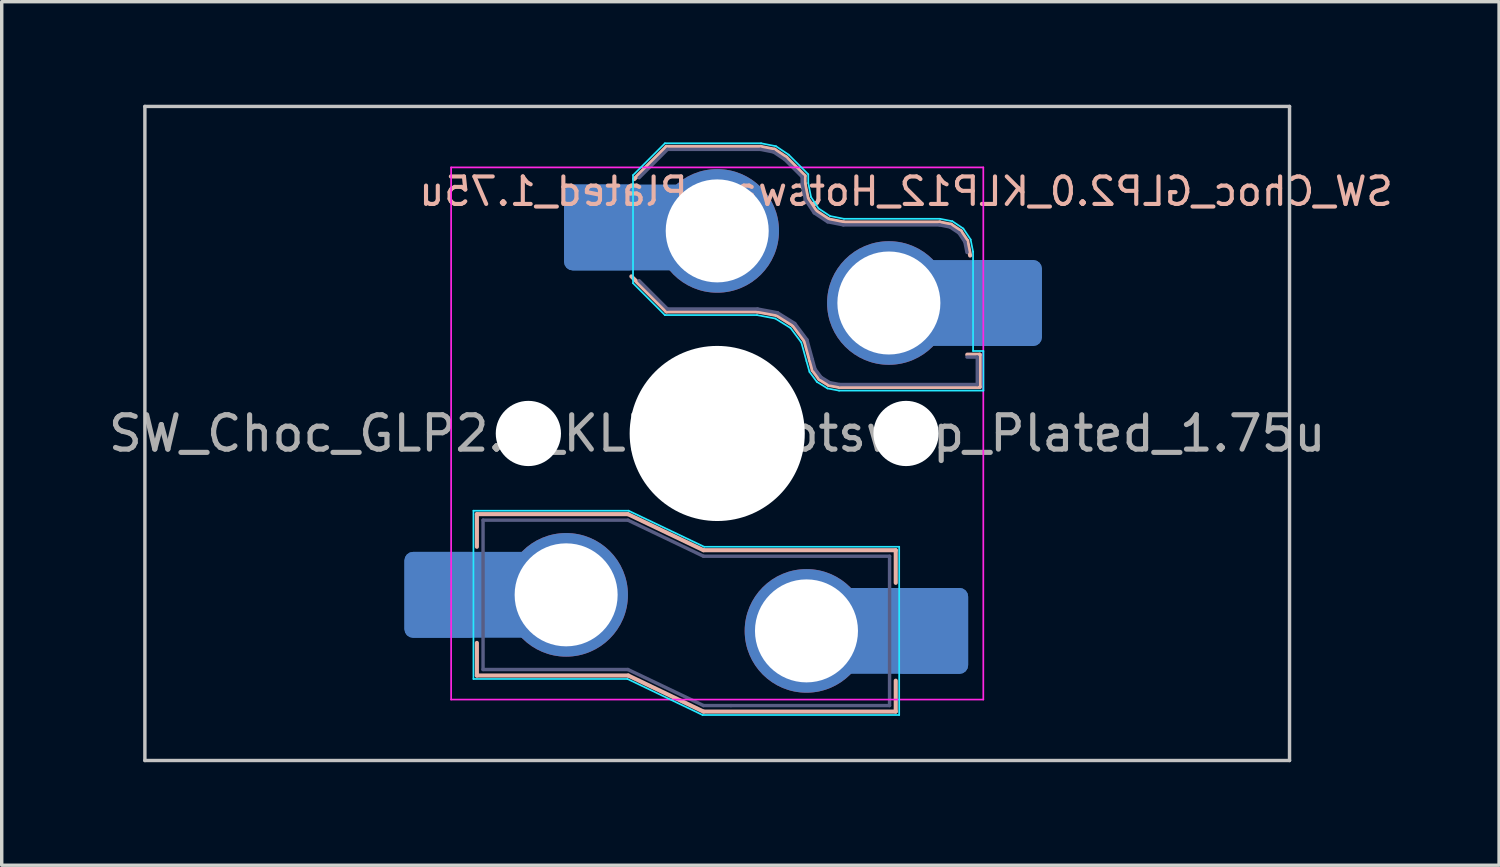
<source format=kicad_pcb>
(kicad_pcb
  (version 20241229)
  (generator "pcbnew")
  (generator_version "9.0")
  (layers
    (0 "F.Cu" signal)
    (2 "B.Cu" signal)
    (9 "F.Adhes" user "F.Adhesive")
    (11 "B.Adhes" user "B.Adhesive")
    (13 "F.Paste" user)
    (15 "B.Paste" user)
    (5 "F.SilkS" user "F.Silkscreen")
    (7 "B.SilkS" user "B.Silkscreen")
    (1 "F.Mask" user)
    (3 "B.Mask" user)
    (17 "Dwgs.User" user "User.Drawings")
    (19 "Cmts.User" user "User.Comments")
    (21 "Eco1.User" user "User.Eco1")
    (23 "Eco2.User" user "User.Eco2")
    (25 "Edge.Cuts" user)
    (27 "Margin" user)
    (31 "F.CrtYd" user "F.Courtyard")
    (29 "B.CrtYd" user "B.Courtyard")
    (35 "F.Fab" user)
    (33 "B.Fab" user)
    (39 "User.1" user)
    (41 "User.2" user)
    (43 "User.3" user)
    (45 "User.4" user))
  (footprint "SW_Choc_GLP2.0_KLP12_Hotswap_Plated_1.75u"
    (layer "F.Cu")
    (at 17.839 9.575)
    (property "Reference" "SW_Choc_GLP2.0_KLP12_Hotswap_Plated_1.75u" (at 5.5 -7.05 180) (layer "B.SilkS") (effects (font (size 0.8 0.8) (thickness 0.12)) (justify mirror)))
    (attr smd)
    (fp_line (start -7 2.35) (end -7 3.3) (stroke (width 0.12) (type solid)) (layer "B.SilkS"))
    (fp_line (start -7 2.35) (end -2.6 2.35) (stroke (width 0.12) (type solid)) (layer "B.SilkS"))
    (fp_line (start -7 7.05) (end -7 6.1) (stroke (width 0.12) (type solid)) (layer "B.SilkS"))
    (fp_line (start -7 7.05) (end -2.59 7.05) (stroke (width 0.12) (type solid)) (layer "B.SilkS"))
    (fp_line (start -2.6 2.35) (end -0.4 3.4) (stroke (width 0.12) (type solid)) (layer "B.SilkS"))
    (fp_line (start -2.59 7.05) (end -0.4 8.1) (stroke (width 0.12) (type solid)) (layer "B.SilkS"))
    (fp_line (start -2.416 -7.409) (end -1.479 -8.346) (stroke (width 0.12) (type solid)) (layer "B.SilkS"))
    (fp_line (start -1.479 -8.346) (end 1.268 -8.346) (stroke (width 0.12) (type solid)) (layer "B.SilkS"))
    (fp_line (start -1.479 -3.554) (end -2.5 -4.575) (stroke (width 0.12) (type solid)) (layer "B.SilkS"))
    (fp_line (start 1.168 -3.554) (end -1.479 -3.554) (stroke (width 0.12) (type solid)) (layer "B.SilkS"))
    (fp_line (start 1.268 -8.346) (end 1.671 -8.266) (stroke (width 0.12) (type solid)) (layer "B.SilkS"))
    (fp_line (start 1.671 -8.266) (end 2.013 -8.037) (stroke (width 0.12) (type solid)) (layer "B.SilkS"))
    (fp_line (start 1.73 -3.449) (end 1.168 -3.554) (stroke (width 0.12) (type solid)) (layer "B.SilkS"))
    (fp_line (start 2.013 -8.037) (end 2.546 -7.504) (stroke (width 0.12) (type solid)) (layer "B.SilkS"))
    (fp_line (start 2.209 -3.15) (end 1.73 -3.449) (stroke (width 0.12) (type solid)) (layer "B.SilkS"))
    (fp_line (start 2.546 -7.504) (end 2.546 -7.282) (stroke (width 0.12) (type solid)) (layer "B.SilkS"))
    (fp_line (start 2.546 -7.282) (end 2.633 -6.844) (stroke (width 0.12) (type solid)) (layer "B.SilkS"))
    (fp_line (start 2.547 -2.697) (end 2.209 -3.15) (stroke (width 0.12) (type solid)) (layer "B.SilkS"))
    (fp_line (start 2.633 -6.844) (end 2.877 -6.477) (stroke (width 0.12) (type solid)) (layer "B.SilkS"))
    (fp_line (start 2.701 -2.139) (end 2.547 -2.697) (stroke (width 0.12) (type solid)) (layer "B.SilkS"))
    (fp_line (start 2.783 -1.841) (end 2.701 -2.139) (stroke (width 0.12) (type solid)) (layer "B.SilkS"))
    (fp_line (start 2.877 -6.477) (end 3.244 -6.233) (stroke (width 0.12) (type solid)) (layer "B.SilkS"))
    (fp_line (start 2.976 -1.583) (end 2.783 -1.841) (stroke (width 0.12) (type solid)) (layer "B.SilkS"))
    (fp_line (start 3.244 -6.233) (end 3.682 -6.146) (stroke (width 0.12) (type solid)) (layer "B.SilkS"))
    (fp_line (start 3.25 -1.413) (end 2.976 -1.583) (stroke (width 0.12) (type solid)) (layer "B.SilkS"))
    (fp_line (start 3.56 -1.354) (end 3.25 -1.413) (stroke (width 0.12) (type solid)) (layer "B.SilkS"))
    (fp_line (start 3.682 -6.146) (end 6.482 -6.146) (stroke (width 0.12) (type solid)) (layer "B.SilkS"))
    (fp_line (start 5.2 3.4) (end -0.4 3.4) (stroke (width 0.12) (type solid)) (layer "B.SilkS"))
    (fp_line (start 5.2 3.4) (end 5.2 4.35) (stroke (width 0.12) (type solid)) (layer "B.SilkS"))
    (fp_line (start 5.2 8.1) (end -0.4 8.1) (stroke (width 0.12) (type solid)) (layer "B.SilkS"))
    (fp_line (start 5.2 8.1) (end 5.2 7.2) (stroke (width 0.12) (type solid)) (layer "B.SilkS"))
    (fp_line (start 6.482 -6.146) (end 6.809 -6.081) (stroke (width 0.12) (type solid)) (layer "B.SilkS"))
    (fp_line (start 6.809 -6.081) (end 7.092 -5.892) (stroke (width 0.12) (type solid)) (layer "B.SilkS"))
    (fp_line (start 7.092 -5.892) (end 7.281 -5.609) (stroke (width 0.12) (type solid)) (layer "B.SilkS"))
    (fp_line (start 7.281 -5.609) (end 7.366 -5.182) (stroke (width 0.12) (type solid)) (layer "B.SilkS"))
    (fp_line (start 7.283 -2.296) (end 7.646 -2.296) (stroke (width 0.12) (type solid)) (layer "B.SilkS"))
    (fp_line (start 7.646 -2.296) (end 7.646 -1.354) (stroke (width 0.12) (type solid)) (layer "B.SilkS"))
    (fp_line (start 7.646 -1.354) (end 3.56 -1.354) (stroke (width 0.12) (type solid)) (layer "B.SilkS"))
    (fp_line (start -16.669 -9.525) (end -16.669 9.525) (stroke (width 0.1) (type default)) (layer "Dwgs.User"))
    (fp_line (start -16.669 -9.525) (end 16.669 -9.525) (stroke (width 0.1) (type solid)) (layer "Dwgs.User"))
    (fp_line (start -16.669 9.525) (end 16.669 9.525) (stroke (width 0.1) (type solid)) (layer "Dwgs.User"))
    (fp_line (start 16.669 -9.525) (end 16.669 9.525) (stroke (width 0.1) (type default)) (layer "Dwgs.User"))
    (fp_line (start -7.1 2.25) (end -7.1 7.15) (stroke (width 0.05) (type solid)) (layer "B.CrtYd"))
    (fp_line (start -7.1 2.25) (end -2.58 2.25) (stroke (width 0.05) (type solid)) (layer "B.CrtYd"))
    (fp_line (start -7.1 7.15) (end -2.615 7.15) (stroke (width 0.05) (type solid)) (layer "B.CrtYd"))
    (fp_line (start -2.615 7.15) (end -0.425 8.2) (stroke (width 0.05) (type solid)) (layer "B.CrtYd"))
    (fp_line (start -2.58 2.25) (end -0.38 3.3) (stroke (width 0.05) (type solid)) (layer "B.CrtYd"))
    (fp_line (start -2.452 -7.523) (end -1.523 -8.452) (stroke (width 0.05) (type solid)) (layer "B.CrtYd"))
    (fp_line (start -2.452 -4.377) (end -2.452 -7.523) (stroke (width 0.05) (type solid)) (layer "B.CrtYd"))
    (fp_line (start -1.523 -8.452) (end 1.278 -8.452) (stroke (width 0.05) (type solid)) (layer "B.CrtYd"))
    (fp_line (start -1.523 -3.448) (end -2.452 -4.377) (stroke (width 0.05) (type solid)) (layer "B.CrtYd"))
    (fp_line (start 1.159 -3.448) (end -1.523 -3.448) (stroke (width 0.05) (type solid)) (layer "B.CrtYd"))
    (fp_line (start 1.278 -8.452) (end 1.712 -8.366) (stroke (width 0.05) (type solid)) (layer "B.CrtYd"))
    (fp_line (start 1.691 -3.348) (end 1.159 -3.448) (stroke (width 0.05) (type solid)) (layer "B.CrtYd"))
    (fp_line (start 1.712 -8.366) (end 2.081 -8.119) (stroke (width 0.05) (type solid)) (layer "B.CrtYd"))
    (fp_line (start 2.081 -8.119) (end 2.652 -7.548) (stroke (width 0.05) (type solid)) (layer "B.CrtYd"))
    (fp_line (start 2.136 -3.071) (end 1.691 -3.348) (stroke (width 0.05) (type solid)) (layer "B.CrtYd"))
    (fp_line (start 2.45 -2.65) (end 2.136 -3.071) (stroke (width 0.05) (type solid)) (layer "B.CrtYd"))
    (fp_line (start 2.599 -2.111) (end 2.45 -2.65) (stroke (width 0.05) (type solid)) (layer "B.CrtYd"))
    (fp_line (start 2.652 -7.548) (end 2.652 -7.292) (stroke (width 0.05) (type solid)) (layer "B.CrtYd"))
    (fp_line (start 2.652 -7.292) (end 2.733 -6.885) (stroke (width 0.05) (type solid)) (layer "B.CrtYd"))
    (fp_line (start 2.687 -1.794) (end 2.599 -2.111) (stroke (width 0.05) (type solid)) (layer "B.CrtYd"))
    (fp_line (start 2.733 -6.885) (end 2.953 -6.553) (stroke (width 0.05) (type solid)) (layer "B.CrtYd"))
    (fp_line (start 2.903 -1.503) (end 2.687 -1.794) (stroke (width 0.05) (type solid)) (layer "B.CrtYd"))
    (fp_line (start 2.953 -6.553) (end 3.285 -6.333) (stroke (width 0.05) (type solid)) (layer "B.CrtYd"))
    (fp_line (start 3.211 -1.312) (end 2.903 -1.503) (stroke (width 0.05) (type solid)) (layer "B.CrtYd"))
    (fp_line (start 3.285 -6.333) (end 3.692 -6.252) (stroke (width 0.05) (type solid)) (layer "B.CrtYd"))
    (fp_line (start 3.55 -1.248) (end 3.211 -1.312) (stroke (width 0.05) (type solid)) (layer "B.CrtYd"))
    (fp_line (start 3.692 -6.252) (end 6.492 -6.252) (stroke (width 0.05) (type solid)) (layer "B.CrtYd"))
    (fp_line (start 5.3 3.3) (end -0.38 3.3) (stroke (width 0.05) (type solid)) (layer "B.CrtYd"))
    (fp_line (start 5.3 3.3) (end 5.3 8.2) (stroke (width 0.05) (type solid)) (layer "B.CrtYd"))
    (fp_line (start 5.3 8.2) (end -0.425 8.2) (stroke (width 0.05) (type solid)) (layer "B.CrtYd"))
    (fp_line (start 6.492 -6.252) (end 6.85 -6.181) (stroke (width 0.05) (type solid)) (layer "B.CrtYd"))
    (fp_line (start 6.85 -6.181) (end 7.168 -5.968) (stroke (width 0.05) (type solid)) (layer "B.CrtYd"))
    (fp_line (start 7.168 -5.968) (end 7.381 -5.65) (stroke (width 0.05) (type solid)) (layer "B.CrtYd"))
    (fp_line (start 7.381 -5.65) (end 7.452 -5.292) (stroke (width 0.05) (type solid)) (layer "B.CrtYd"))
    (fp_line (start 7.452 -5.292) (end 7.452 -2.402) (stroke (width 0.05) (type solid)) (layer "B.CrtYd"))
    (fp_line (start 7.452 -2.402) (end 7.752 -2.402) (stroke (width 0.05) (type solid)) (layer "B.CrtYd"))
    (fp_line (start 7.752 -2.402) (end 7.752 -1.248) (stroke (width 0.05) (type solid)) (layer "B.CrtYd"))
    (fp_line (start 7.752 -1.248) (end 3.55 -1.248) (stroke (width 0.05) (type solid)) (layer "B.CrtYd"))
    (fp_line (start -7.75 7.75) (end -7.75 -7.75) (stroke (width 0.05) (type solid)) (layer "F.CrtYd"))
    (fp_line (start 7.75 -7.75) (end -7.75 -7.75) (stroke (width 0.05) (type solid)) (layer "F.CrtYd"))
    (fp_line (start 7.75 -7.75) (end 7.75 7.75) (stroke (width 0.05) (type solid)) (layer "F.CrtYd"))
    (fp_line (start 7.75 7.75) (end -7.75 7.75) (stroke (width 0.05) (type solid)) (layer "F.CrtYd"))
    (fp_line (start -6.82 2.525) (end -6.82 6.875) (stroke (width 0.1) (type solid)) (layer "B.Fab"))
    (fp_line (start -6.82 2.525) (end -2.6 2.525) (stroke (width 0.1) (type solid)) (layer "B.Fab"))
    (fp_line (start -6.82 6.875) (end -2.6 6.875) (stroke (width 0.1) (type solid)) (layer "B.Fab"))
    (fp_line (start -2.6 2.525) (end -0.4 3.575) (stroke (width 0.1) (type solid)) (layer "B.Fab"))
    (fp_line (start -2.6 6.875) (end -0.4 7.925) (stroke (width 0.1) (type solid)) (layer "B.Fab"))
    (fp_line (start -2.275 -7.45) (end -1.45 -8.275) (stroke (width 0.1) (type solid)) (layer "B.Fab"))
    (fp_line (start -1.45 -8.275) (end 1.261 -8.275) (stroke (width 0.1) (type solid)) (layer "B.Fab"))
    (fp_line (start -1.45 -3.625) (end -2.275 -4.45) (stroke (width 0.1) (type solid)) (layer "B.Fab"))
    (fp_line (start 0.4 7.925) (end -0.4 7.925) (stroke (width 0.1) (type solid)) (layer "B.Fab"))
    (fp_line (start 1.175 -3.625) (end -1.45 -3.625) (stroke (width 0.1) (type solid)) (layer "B.Fab"))
    (fp_line (start 1.261 -8.275) (end 1.643 -8.199) (stroke (width 0.1) (type solid)) (layer "B.Fab"))
    (fp_line (start 1.643 -8.199) (end 1.968 -7.982) (stroke (width 0.1) (type solid)) (layer "B.Fab"))
    (fp_line (start 1.756 -3.516) (end 1.175 -3.625) (stroke (width 0.1) (type solid)) (layer "B.Fab"))
    (fp_line (start 1.968 -7.982) (end 2.475 -7.475) (stroke (width 0.1) (type solid)) (layer "B.Fab"))
    (fp_line (start 2.258 -3.203) (end 1.756 -3.516) (stroke (width 0.1) (type solid)) (layer "B.Fab"))
    (fp_line (start 2.475 -7.475) (end 2.475 -7.275) (stroke (width 0.1) (type solid)) (layer "B.Fab"))
    (fp_line (start 2.475 -7.275) (end 2.566 -6.816) (stroke (width 0.1) (type solid)) (layer "B.Fab"))
    (fp_line (start 2.566 -6.816) (end 2.826 -6.426) (stroke (width 0.1) (type solid)) (layer "B.Fab"))
    (fp_line (start 2.612 -2.729) (end 2.258 -3.203) (stroke (width 0.1) (type solid)) (layer "B.Fab"))
    (fp_line (start 2.769 -2.158) (end 2.612 -2.729) (stroke (width 0.1) (type solid)) (layer "B.Fab"))
    (fp_line (start 2.826 -6.426) (end 3.216 -6.166) (stroke (width 0.1) (type solid)) (layer "B.Fab"))
    (fp_line (start 2.848 -1.873) (end 2.769 -2.158) (stroke (width 0.1) (type solid)) (layer "B.Fab"))
    (fp_line (start 3.025 -1.636) (end 2.848 -1.873) (stroke (width 0.1) (type solid)) (layer "B.Fab"))
    (fp_line (start 3.216 -6.166) (end 3.675 -6.075) (stroke (width 0.1) (type solid)) (layer "B.Fab"))
    (fp_line (start 3.276 -1.48) (end 3.025 -1.636) (stroke (width 0.1) (type solid)) (layer "B.Fab"))
    (fp_line (start 3.567 -1.425) (end 3.276 -1.48) (stroke (width 0.1) (type solid)) (layer "B.Fab"))
    (fp_line (start 3.675 -6.075) (end 6.475 -6.075) (stroke (width 0.1) (type solid)) (layer "B.Fab"))
    (fp_line (start 5.02 3.575) (end -0.4 3.575) (stroke (width 0.1) (type solid)) (layer "B.Fab"))
    (fp_line (start 5.02 3.575) (end 5.02 7.925) (stroke (width 0.1) (type solid)) (layer "B.Fab"))
    (fp_line (start 5.02 7.925) (end 0.4 7.925) (stroke (width 0.1) (type solid)) (layer "B.Fab"))
    (fp_line (start 6.475 -6.075) (end 6.781 -6.014) (stroke (width 0.1) (type solid)) (layer "B.Fab"))
    (fp_line (start 6.781 -6.014) (end 7.041 -5.841) (stroke (width 0.1) (type solid)) (layer "B.Fab"))
    (fp_line (start 7.041 -5.841) (end 7.214 -5.581) (stroke (width 0.1) (type solid)) (layer "B.Fab"))
    (fp_line (start 7.214 -5.581) (end 7.275 -5.275) (stroke (width 0.1) (type solid)) (layer "B.Fab"))
    (fp_line (start 7.275 -2.225) (end 7.575 -2.225) (stroke (width 0.1) (type solid)) (layer "B.Fab"))
    (fp_line (start 7.575 -2.225) (end 7.575 -1.425) (stroke (width 0.1) (type solid)) (layer "B.Fab"))
    (fp_line (start 7.575 -1.425) (end 3.567 -1.425) (stroke (width 0.1) (type solid)) (layer "B.Fab"))
    (fp_rect (start -7.05 -7.05) (end 7.05 7.05) (stroke (width 0.12) (type default)) (fill no) (layer "User.1"))
    (fp_text user "${REFERENCE}" (at 0 0 0) (layer "F.Fab") (effects (font (size 1 1) (thickness 0.15))))
    (pad "" np_thru_hole circle (at -5.5 0) (size 1.9 1.9) (drill 1.9) (layers "*.Cu" "*.Mask"))
    (pad "" np_thru_hole circle (at 0 0) (size 5.1 5.1) (drill 5.1) (layers "*.Cu" "*.Mask"))
    (pad "" np_thru_hole circle (at 5.5 0) (size 1.9 1.9) (drill 1.9) (layers "*.Cu" "*.Mask"))
    (pad "1" thru_hole circle (at 2.6 5.75) (size 3.6 3.6) (drill 3) (layers "*.Cu" "*.Mask"))
    (pad "1" thru_hole circle (at 5 -3.8) (size 3.6 3.6) (drill 3) (layers "*.Cu" "*.Mask"))
    (pad "1" smd roundrect (at 5.383 5.75) (size 3.85 2.5) (layers "B.Cu") (roundrect_rratio 0.1))
    (pad "1" smd roundrect (at 6.229 5.75) (size 2.159 2.5) (layers "B.Cu" "B.Mask" "B.Paste") (roundrect_rratio 0.116))
    (pad "1" smd roundrect (at 7.53 -3.8) (size 3.85 2.5) (layers "B.Cu") (roundrect_rratio 0.1))
    (pad "1" smd roundrect (at 8.376 -3.8) (size 2.159 2.5) (layers "B.Cu" "B.Mask" "B.Paste") (roundrect_rratio 0.116))
    (pad "2" smd roundrect (at -8.03 4.7) (size 2.159 2.5) (layers "B.Cu" "B.Mask" "B.Paste") (roundrect_rratio 0.116))
    (pad "2" smd roundrect (at -7.185 4.699) (size 3.85 2.5) (layers "B.Cu") (roundrect_rratio 0.1))
    (pad "2" thru_hole circle (at -4.4 4.7) (size 3.6 3.6) (drill 3) (layers "*.Cu" "*.Mask"))
    (pad "2" smd roundrect (at -3.381 -6) (size 2.159 2.5) (layers "B.Cu" "B.Mask" "B.Paste") (roundrect_rratio 0.116))
    (pad "2" smd roundrect (at -2.535 -6) (size 3.85 2.5) (layers "B.Cu") (roundrect_rratio 0.1))
    (pad "2" thru_hole circle (at 0 -5.9) (size 3.6 3.6) (drill 3) (layers "*.Cu" "*.Mask")))
  (gr_rect
    (start -3 -3)
    (end 40.611 22.15)
    (stroke (width 0.1) (type default))
    (fill no)
    (layer "Edge.Cuts")))
</source>
